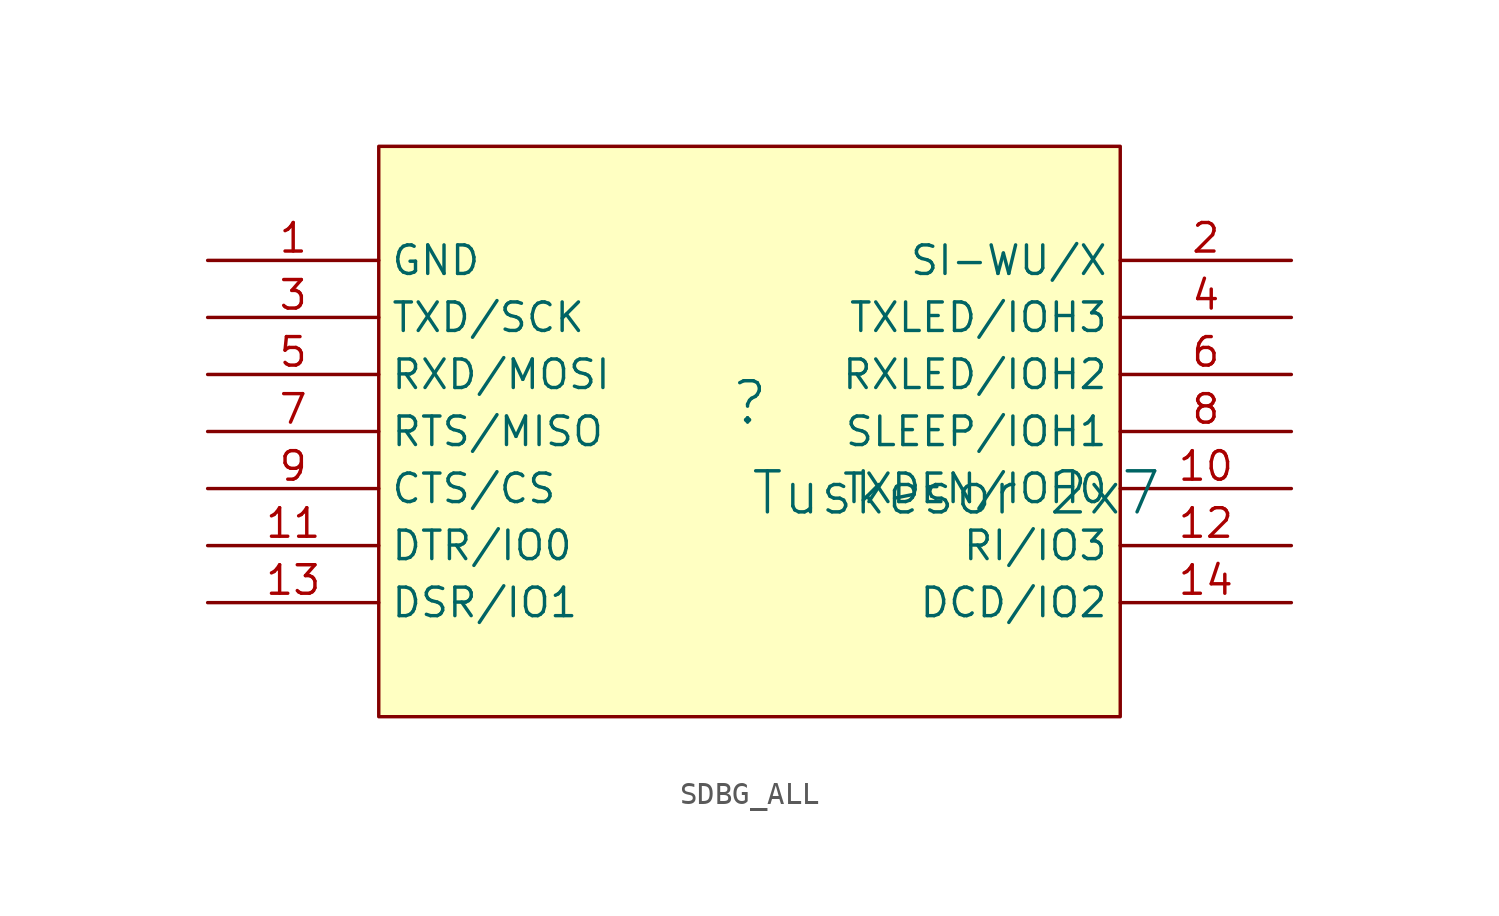
<source format=kicad_sym>
(kicad_symbol_lib
  (version 20241209)
  (generator "kicad_symbol_editor")
  (generator_version "9.0")
  (symbol "SDBG_ALL"
    (property "Reference" ""
      (at -1.27 1.27 0)
      (effects (font (size 1.829 1.829))))
    (property "Value" "Tuskesor 2x7"
      (at -1.27 -3.81 0)
      (effects (font (size 1.829 1.829)) (justify left bottom)))
    (symbol "SDBG_ALL_1_0"
      (polyline (pts (xy 15.24 12.7) (xy -17.78 12.7) (xy -17.78 -12.7) (xy 15.24 -12.7) (xy 15.24 12.7)) (stroke (width 0) (type solid)) (fill (type none)))
      (rectangle (start 15.24 12.7) (end -17.78 -12.7) (stroke (width 0.025) (type solid) (color 128 0 0 1)) (fill (type background)))
      (pin power_in line (at -25.4 7.62 0) (length 7.62) (name "GND" (effects (font (size 1.27 1.27)))) (number "1" (effects (font (size 1.27 1.27)))))
      (pin passive line (at -25.4 5.08 0) (length 7.62) (name "TXD/SCK" (effects (font (size 1.27 1.27)))) (number "3" (effects (font (size 1.27 1.27)))))
      (pin passive line (at -25.4 2.54 0) (length 7.62) (name "RXD/MOSI" (effects (font (size 1.27 1.27)))) (number "5" (effects (font (size 1.27 1.27)))))
      (pin passive line (at -25.4 0 0) (length 7.62) (name "RTS/MISO" (effects (font (size 1.27 1.27)))) (number "7" (effects (font (size 1.27 1.27)))))
      (pin passive line (at -25.4 -2.54 0) (length 7.62) (name "CTS/CS" (effects (font (size 1.27 1.27)))) (number "9" (effects (font (size 1.27 1.27)))))
      (pin passive line (at -25.4 -5.08 0) (length 7.62) (name "DTR/IO0" (effects (font (size 1.27 1.27)))) (number "11" (effects (font (size 1.27 1.27)))))
      (pin passive line (at -25.4 -7.62 0) (length 7.62) (name "DSR/IO1" (effects (font (size 1.27 1.27)))) (number "13" (effects (font (size 1.27 1.27)))))
      (pin passive line (at 22.86 7.62 180) (length 7.62) (name "SI-WU/X" (effects (font (size 1.27 1.27)))) (number "2" (effects (font (size 1.27 1.27)))))
      (pin passive line (at 22.86 5.08 180) (length 7.62) (name "TXLED/IOH3" (effects (font (size 1.27 1.27)))) (number "4" (effects (font (size 1.27 1.27)))))
      (pin passive line (at 22.86 2.54 180) (length 7.62) (name "RXLED/IOH2" (effects (font (size 1.27 1.27)))) (number "6" (effects (font (size 1.27 1.27)))))
      (pin passive line (at 22.86 0 180) (length 7.62) (name "SLEEP/IOH1" (effects (font (size 1.27 1.27)))) (number "8" (effects (font (size 1.27 1.27)))))
      (pin passive line (at 22.86 -2.54 180) (length 7.62) (name "TXDEN/IOH0" (effects (font (size 1.27 1.27)))) (number "10" (effects (font (size 1.27 1.27)))))
      (pin passive line (at 22.86 -5.08 180) (length 7.62) (name "RI/IO3" (effects (font (size 1.27 1.27)))) (number "12" (effects (font (size 1.27 1.27)))))
      (pin passive line (at 22.86 -7.62 180) (length 7.62) (name "DCD/IO2" (effects (font (size 1.27 1.27)))) (number "14" (effects (font (size 1.27 1.27))))))))
</source>
